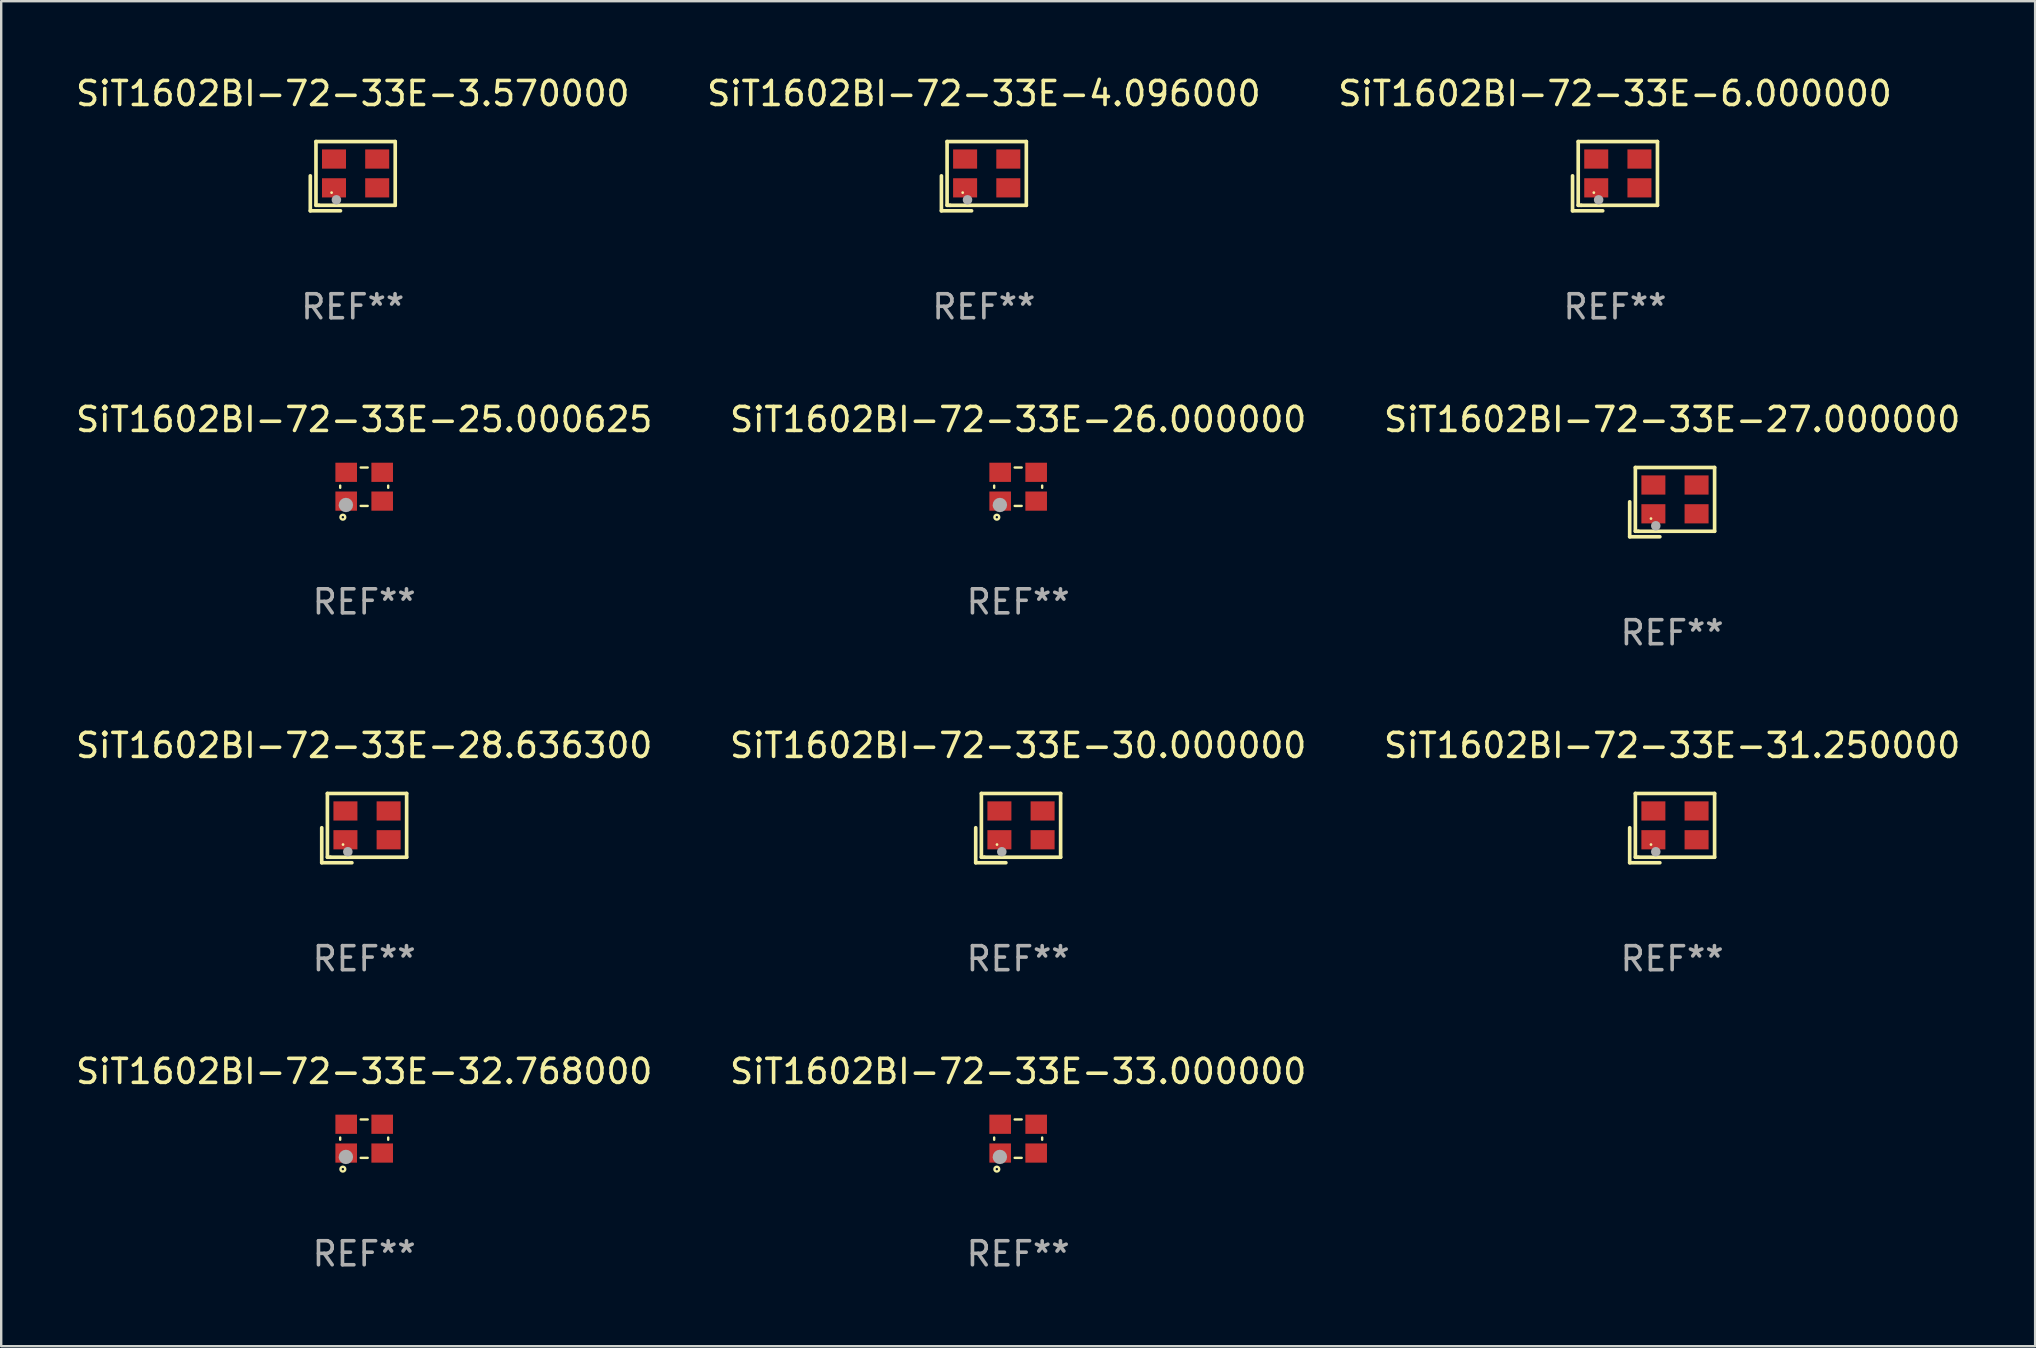
<source format=kicad_pcb>
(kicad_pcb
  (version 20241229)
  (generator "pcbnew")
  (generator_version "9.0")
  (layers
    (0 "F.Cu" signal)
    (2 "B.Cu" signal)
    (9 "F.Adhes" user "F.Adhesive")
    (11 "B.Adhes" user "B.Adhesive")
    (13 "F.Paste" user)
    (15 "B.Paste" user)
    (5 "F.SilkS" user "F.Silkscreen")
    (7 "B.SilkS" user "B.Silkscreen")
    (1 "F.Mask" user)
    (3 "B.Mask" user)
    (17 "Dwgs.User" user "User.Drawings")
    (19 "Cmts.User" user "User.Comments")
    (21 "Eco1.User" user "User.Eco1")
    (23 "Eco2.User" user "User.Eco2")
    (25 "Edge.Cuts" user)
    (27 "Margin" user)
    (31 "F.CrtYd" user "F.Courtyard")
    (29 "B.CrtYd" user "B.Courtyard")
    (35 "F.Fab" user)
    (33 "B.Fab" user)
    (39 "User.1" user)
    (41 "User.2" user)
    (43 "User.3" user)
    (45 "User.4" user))
  (footprint "SiT1602BI-72-33E-25.000625"
    (layer "F.Cu")
    (at 12.125 17.23)
    (property "Reference" "SiT1602BI-72-33E-25.000625" (at 0 -2.8 0) (layer "F.SilkS") (effects (font (size 1 1) (thickness 0.15))))
    (attr through_hole)
    (fp_line (start -1 -0.046) (end -1 0.046) (stroke (width 0.1) (type solid)) (layer "F.SilkS"))
    (fp_line (start -0.146 -0.8) (end 0.146 -0.8) (stroke (width 0.1) (type solid)) (layer "F.SilkS"))
    (fp_line (start -0.146 0.8) (end 0.146 0.8) (stroke (width 0.1) (type solid)) (layer "F.SilkS"))
    (fp_line (start 1 -0.046) (end 1 0.046) (stroke (width 0.1) (type solid)) (layer "F.SilkS"))
    (fp_circle (center -1 0.8) (end -0.97 0.8) (stroke (width 0.06) (type solid)) (fill no) (layer "F.SilkS"))
    (fp_circle (center -0.889 1.27) (end -0.789 1.27) (stroke (width 0.1) (type solid)) (fill no) (layer "F.SilkS"))
    (fp_circle (center -0.762 0.762) (end -0.612 0.762) (stroke (width 0.3) (type solid)) (fill no) (layer "F.Fab"))
    (fp_text user "REF**" (at 0 4.8 0) (layer "F.Fab") (effects (font (size 1 1) (thickness 0.15))))
    (pad "1" smd rect (at -0.75 0.6) (size 0.9 0.8) (layers "F.Cu" "F.Mask" "F.Paste"))
    (pad "2" smd rect (at 0.75 0.6) (size 0.9 0.8) (layers "F.Cu" "F.Mask" "F.Paste"))
    (pad "3" smd rect (at 0.75 -0.6) (size 0.9 0.8) (layers "F.Cu" "F.Mask" "F.Paste"))
    (pad "4" smd rect (at -0.75 -0.6) (size 0.9 0.8) (layers "F.Cu" "F.Mask" "F.Paste")))
  (footprint "SiT1602BI-72-33E-6.000000"
    (layer "F.Cu")
    (at 64.244 4.291)
    (property "Reference" "SiT1602BI-72-33E-6.000000" (at 0 -3.443 0) (layer "F.SilkS") (effects (font (size 1 1) (thickness 0.15))))
    (attr through_hole)
    (fp_line (start -1.769 -0.014) (end -1.769 1.443) (stroke (width 0.152) (type solid)) (layer "F.SilkS"))
    (fp_line (start -1.769 1.443) (end -0.512 1.443) (stroke (width 0.152) (type solid)) (layer "F.SilkS"))
    (fp_line (start -1.533 -1.443) (end 1.769 -1.443) (stroke (width 0.152) (type solid)) (layer "F.SilkS"))
    (fp_line (start -1.533 1.214) (end -1.533 -1.443) (stroke (width 0.152) (type solid)) (layer "F.SilkS"))
    (fp_line (start -1.411 1.214) (end -1.533 1.214) (stroke (width 0.152) (type solid)) (layer "F.SilkS"))
    (fp_line (start 1.769 -1.443) (end 1.769 1.214) (stroke (width 0.152) (type solid)) (layer "F.SilkS"))
    (fp_line (start 1.769 1.214) (end -1.411 1.214) (stroke (width 0.152) (type solid)) (layer "F.SilkS"))
    (fp_circle (center -0.882 0.686) (end -0.852 0.686) (stroke (width 0.06) (type solid)) (fill no) (layer "F.SilkS"))
    (fp_circle (center -0.682 0.986) (end -0.582 0.986) (stroke (width 0.2) (type solid)) (fill no) (layer "F.Fab"))
    (fp_text user "REF**" (at 0 5.443 0) (layer "F.Fab") (effects (font (size 1 1) (thickness 0.15))))
    (pad "1" smd rect (at -0.782 0.486 90) (size 0.8 1) (layers "F.Cu" "F.Mask" "F.Paste"))
    (pad "2" smd rect (at 1.018 0.486 90) (size 0.8 1) (layers "F.Cu" "F.Mask" "F.Paste"))
    (pad "3" smd rect (at 1.018 -0.714 90) (size 0.8 1) (layers "F.Cu" "F.Mask" "F.Paste"))
    (pad "4" smd rect (at -0.782 -0.714 90) (size 0.8 1) (layers "F.Cu" "F.Mask" "F.Paste")))
  (footprint "SiT1602BI-72-33E-3.570000"
    (layer "F.Cu")
    (at 11.649 4.291)
    (property "Reference" "SiT1602BI-72-33E-3.570000" (at 0 -3.443 0) (layer "F.SilkS") (effects (font (size 1 1) (thickness 0.15))))
    (attr through_hole)
    (fp_line (start -1.769 -0.014) (end -1.769 1.443) (stroke (width 0.152) (type solid)) (layer "F.SilkS"))
    (fp_line (start -1.769 1.443) (end -0.512 1.443) (stroke (width 0.152) (type solid)) (layer "F.SilkS"))
    (fp_line (start -1.533 -1.443) (end 1.769 -1.443) (stroke (width 0.152) (type solid)) (layer "F.SilkS"))
    (fp_line (start -1.533 1.214) (end -1.533 -1.443) (stroke (width 0.152) (type solid)) (layer "F.SilkS"))
    (fp_line (start -1.411 1.214) (end -1.533 1.214) (stroke (width 0.152) (type solid)) (layer "F.SilkS"))
    (fp_line (start 1.769 -1.443) (end 1.769 1.214) (stroke (width 0.152) (type solid)) (layer "F.SilkS"))
    (fp_line (start 1.769 1.214) (end -1.411 1.214) (stroke (width 0.152) (type solid)) (layer "F.SilkS"))
    (fp_circle (center -0.882 0.686) (end -0.852 0.686) (stroke (width 0.06) (type solid)) (fill no) (layer "F.SilkS"))
    (fp_circle (center -0.682 0.986) (end -0.582 0.986) (stroke (width 0.2) (type solid)) (fill no) (layer "F.Fab"))
    (fp_text user "REF**" (at 0 5.443 0) (layer "F.Fab") (effects (font (size 1 1) (thickness 0.15))))
    (pad "1" smd rect (at -0.782 0.486 90) (size 0.8 1) (layers "F.Cu" "F.Mask" "F.Paste"))
    (pad "2" smd rect (at 1.018 0.486 90) (size 0.8 1) (layers "F.Cu" "F.Mask" "F.Paste"))
    (pad "3" smd rect (at 1.018 -0.714 90) (size 0.8 1) (layers "F.Cu" "F.Mask" "F.Paste"))
    (pad "4" smd rect (at -0.782 -0.714 90) (size 0.8 1) (layers "F.Cu" "F.Mask" "F.Paste")))
  (footprint "SiT1602BI-72-33E-30.000000"
    (layer "F.Cu")
    (at 39.375 31.455)
    (property "Reference" "SiT1602BI-72-33E-30.000000" (at 0 -3.443 0) (layer "F.SilkS") (effects (font (size 1 1) (thickness 0.15))))
    (attr through_hole)
    (fp_line (start -1.769 -0.014) (end -1.769 1.443) (stroke (width 0.152) (type solid)) (layer "F.SilkS"))
    (fp_line (start -1.769 1.443) (end -0.512 1.443) (stroke (width 0.152) (type solid)) (layer "F.SilkS"))
    (fp_line (start -1.533 -1.443) (end 1.769 -1.443) (stroke (width 0.152) (type solid)) (layer "F.SilkS"))
    (fp_line (start -1.533 1.214) (end -1.533 -1.443) (stroke (width 0.152) (type solid)) (layer "F.SilkS"))
    (fp_line (start -1.411 1.214) (end -1.533 1.214) (stroke (width 0.152) (type solid)) (layer "F.SilkS"))
    (fp_line (start 1.769 -1.443) (end 1.769 1.214) (stroke (width 0.152) (type solid)) (layer "F.SilkS"))
    (fp_line (start 1.769 1.214) (end -1.411 1.214) (stroke (width 0.152) (type solid)) (layer "F.SilkS"))
    (fp_circle (center -0.882 0.686) (end -0.852 0.686) (stroke (width 0.06) (type solid)) (fill no) (layer "F.SilkS"))
    (fp_circle (center -0.682 0.986) (end -0.582 0.986) (stroke (width 0.2) (type solid)) (fill no) (layer "F.Fab"))
    (fp_text user "REF**" (at 0 5.443 0) (layer "F.Fab") (effects (font (size 1 1) (thickness 0.15))))
    (pad "1" smd rect (at -0.782 0.486 90) (size 0.8 1) (layers "F.Cu" "F.Mask" "F.Paste"))
    (pad "2" smd rect (at 1.018 0.486 90) (size 0.8 1) (layers "F.Cu" "F.Mask" "F.Paste"))
    (pad "3" smd rect (at 1.018 -0.714 90) (size 0.8 1) (layers "F.Cu" "F.Mask" "F.Paste"))
    (pad "4" smd rect (at -0.782 -0.714 90) (size 0.8 1) (layers "F.Cu" "F.Mask" "F.Paste")))
  (footprint "SiT1602BI-72-33E-31.250000"
    (layer "F.Cu")
    (at 66.625 31.455)
    (property "Reference" "SiT1602BI-72-33E-31.250000" (at 0 -3.443 0) (layer "F.SilkS") (effects (font (size 1 1) (thickness 0.15))))
    (attr through_hole)
    (fp_line (start -1.769 -0.014) (end -1.769 1.443) (stroke (width 0.152) (type solid)) (layer "F.SilkS"))
    (fp_line (start -1.769 1.443) (end -0.512 1.443) (stroke (width 0.152) (type solid)) (layer "F.SilkS"))
    (fp_line (start -1.533 -1.443) (end 1.769 -1.443) (stroke (width 0.152) (type solid)) (layer "F.SilkS"))
    (fp_line (start -1.533 1.214) (end -1.533 -1.443) (stroke (width 0.152) (type solid)) (layer "F.SilkS"))
    (fp_line (start -1.411 1.214) (end -1.533 1.214) (stroke (width 0.152) (type solid)) (layer "F.SilkS"))
    (fp_line (start 1.769 -1.443) (end 1.769 1.214) (stroke (width 0.152) (type solid)) (layer "F.SilkS"))
    (fp_line (start 1.769 1.214) (end -1.411 1.214) (stroke (width 0.152) (type solid)) (layer "F.SilkS"))
    (fp_circle (center -0.882 0.686) (end -0.852 0.686) (stroke (width 0.06) (type solid)) (fill no) (layer "F.SilkS"))
    (fp_circle (center -0.682 0.986) (end -0.582 0.986) (stroke (width 0.2) (type solid)) (fill no) (layer "F.Fab"))
    (fp_text user "REF**" (at 0 5.443 0) (layer "F.Fab") (effects (font (size 1 1) (thickness 0.15))))
    (pad "1" smd rect (at -0.782 0.486 90) (size 0.8 1) (layers "F.Cu" "F.Mask" "F.Paste"))
    (pad "2" smd rect (at 1.018 0.486 90) (size 0.8 1) (layers "F.Cu" "F.Mask" "F.Paste"))
    (pad "3" smd rect (at 1.018 -0.714 90) (size 0.8 1) (layers "F.Cu" "F.Mask" "F.Paste"))
    (pad "4" smd rect (at -0.782 -0.714 90) (size 0.8 1) (layers "F.Cu" "F.Mask" "F.Paste")))
  (footprint "SiT1602BI-72-33E-32.768000"
    (layer "F.Cu")
    (at 12.125 44.395)
    (property "Reference" "SiT1602BI-72-33E-32.768000" (at 0 -2.8 0) (layer "F.SilkS") (effects (font (size 1 1) (thickness 0.15))))
    (attr through_hole)
    (fp_line (start -1 -0.046) (end -1 0.046) (stroke (width 0.1) (type solid)) (layer "F.SilkS"))
    (fp_line (start -0.146 -0.8) (end 0.146 -0.8) (stroke (width 0.1) (type solid)) (layer "F.SilkS"))
    (fp_line (start -0.146 0.8) (end 0.146 0.8) (stroke (width 0.1) (type solid)) (layer "F.SilkS"))
    (fp_line (start 1 -0.046) (end 1 0.046) (stroke (width 0.1) (type solid)) (layer "F.SilkS"))
    (fp_circle (center -1 0.8) (end -0.97 0.8) (stroke (width 0.06) (type solid)) (fill no) (layer "F.SilkS"))
    (fp_circle (center -0.889 1.27) (end -0.789 1.27) (stroke (width 0.1) (type solid)) (fill no) (layer "F.SilkS"))
    (fp_circle (center -0.762 0.762) (end -0.612 0.762) (stroke (width 0.3) (type solid)) (fill no) (layer "F.Fab"))
    (fp_text user "REF**" (at 0 4.8 0) (layer "F.Fab") (effects (font (size 1 1) (thickness 0.15))))
    (pad "1" smd rect (at -0.75 0.6) (size 0.9 0.8) (layers "F.Cu" "F.Mask" "F.Paste"))
    (pad "2" smd rect (at 0.75 0.6) (size 0.9 0.8) (layers "F.Cu" "F.Mask" "F.Paste"))
    (pad "3" smd rect (at 0.75 -0.6) (size 0.9 0.8) (layers "F.Cu" "F.Mask" "F.Paste"))
    (pad "4" smd rect (at -0.75 -0.6) (size 0.9 0.8) (layers "F.Cu" "F.Mask" "F.Paste")))
  (footprint "SiT1602BI-72-33E-33.000000"
    (layer "F.Cu")
    (at 39.375 44.395)
    (property "Reference" "SiT1602BI-72-33E-33.000000" (at 0 -2.8 0) (layer "F.SilkS") (effects (font (size 1 1) (thickness 0.15))))
    (attr through_hole)
    (fp_line (start -1 -0.046) (end -1 0.046) (stroke (width 0.1) (type solid)) (layer "F.SilkS"))
    (fp_line (start -0.146 -0.8) (end 0.146 -0.8) (stroke (width 0.1) (type solid)) (layer "F.SilkS"))
    (fp_line (start -0.146 0.8) (end 0.146 0.8) (stroke (width 0.1) (type solid)) (layer "F.SilkS"))
    (fp_line (start 1 -0.046) (end 1 0.046) (stroke (width 0.1) (type solid)) (layer "F.SilkS"))
    (fp_circle (center -1 0.8) (end -0.97 0.8) (stroke (width 0.06) (type solid)) (fill no) (layer "F.SilkS"))
    (fp_circle (center -0.889 1.27) (end -0.789 1.27) (stroke (width 0.1) (type solid)) (fill no) (layer "F.SilkS"))
    (fp_circle (center -0.762 0.762) (end -0.612 0.762) (stroke (width 0.3) (type solid)) (fill no) (layer "F.Fab"))
    (fp_text user "REF**" (at 0 4.8 0) (layer "F.Fab") (effects (font (size 1 1) (thickness 0.15))))
    (pad "1" smd rect (at -0.75 0.6) (size 0.9 0.8) (layers "F.Cu" "F.Mask" "F.Paste"))
    (pad "2" smd rect (at 0.75 0.6) (size 0.9 0.8) (layers "F.Cu" "F.Mask" "F.Paste"))
    (pad "3" smd rect (at 0.75 -0.6) (size 0.9 0.8) (layers "F.Cu" "F.Mask" "F.Paste"))
    (pad "4" smd rect (at -0.75 -0.6) (size 0.9 0.8) (layers "F.Cu" "F.Mask" "F.Paste")))
  (footprint "SiT1602BI-72-33E-4.096000"
    (layer "F.Cu")
    (at 37.946 4.291)
    (property "Reference" "SiT1602BI-72-33E-4.096000" (at 0 -3.443 0) (layer "F.SilkS") (effects (font (size 1 1) (thickness 0.15))))
    (attr through_hole)
    (fp_line (start -1.769 -0.014) (end -1.769 1.443) (stroke (width 0.152) (type solid)) (layer "F.SilkS"))
    (fp_line (start -1.769 1.443) (end -0.512 1.443) (stroke (width 0.152) (type solid)) (layer "F.SilkS"))
    (fp_line (start -1.533 -1.443) (end 1.769 -1.443) (stroke (width 0.152) (type solid)) (layer "F.SilkS"))
    (fp_line (start -1.533 1.214) (end -1.533 -1.443) (stroke (width 0.152) (type solid)) (layer "F.SilkS"))
    (fp_line (start -1.411 1.214) (end -1.533 1.214) (stroke (width 0.152) (type solid)) (layer "F.SilkS"))
    (fp_line (start 1.769 -1.443) (end 1.769 1.214) (stroke (width 0.152) (type solid)) (layer "F.SilkS"))
    (fp_line (start 1.769 1.214) (end -1.411 1.214) (stroke (width 0.152) (type solid)) (layer "F.SilkS"))
    (fp_circle (center -0.882 0.686) (end -0.852 0.686) (stroke (width 0.06) (type solid)) (fill no) (layer "F.SilkS"))
    (fp_circle (center -0.682 0.986) (end -0.582 0.986) (stroke (width 0.2) (type solid)) (fill no) (layer "F.Fab"))
    (fp_text user "REF**" (at 0 5.443 0) (layer "F.Fab") (effects (font (size 1 1) (thickness 0.15))))
    (pad "1" smd rect (at -0.782 0.486 90) (size 0.8 1) (layers "F.Cu" "F.Mask" "F.Paste"))
    (pad "2" smd rect (at 1.018 0.486 90) (size 0.8 1) (layers "F.Cu" "F.Mask" "F.Paste"))
    (pad "3" smd rect (at 1.018 -0.714 90) (size 0.8 1) (layers "F.Cu" "F.Mask" "F.Paste"))
    (pad "4" smd rect (at -0.782 -0.714 90) (size 0.8 1) (layers "F.Cu" "F.Mask" "F.Paste")))
  (footprint "SiT1602BI-72-33E-28.636300"
    (layer "F.Cu")
    (at 12.125 31.455)
    (property "Reference" "SiT1602BI-72-33E-28.636300" (at 0 -3.443 0) (layer "F.SilkS") (effects (font (size 1 1) (thickness 0.15))))
    (attr through_hole)
    (fp_line (start -1.769 -0.014) (end -1.769 1.443) (stroke (width 0.152) (type solid)) (layer "F.SilkS"))
    (fp_line (start -1.769 1.443) (end -0.512 1.443) (stroke (width 0.152) (type solid)) (layer "F.SilkS"))
    (fp_line (start -1.533 -1.443) (end 1.769 -1.443) (stroke (width 0.152) (type solid)) (layer "F.SilkS"))
    (fp_line (start -1.533 1.214) (end -1.533 -1.443) (stroke (width 0.152) (type solid)) (layer "F.SilkS"))
    (fp_line (start -1.411 1.214) (end -1.533 1.214) (stroke (width 0.152) (type solid)) (layer "F.SilkS"))
    (fp_line (start 1.769 -1.443) (end 1.769 1.214) (stroke (width 0.152) (type solid)) (layer "F.SilkS"))
    (fp_line (start 1.769 1.214) (end -1.411 1.214) (stroke (width 0.152) (type solid)) (layer "F.SilkS"))
    (fp_circle (center -0.882 0.686) (end -0.852 0.686) (stroke (width 0.06) (type solid)) (fill no) (layer "F.SilkS"))
    (fp_circle (center -0.682 0.986) (end -0.582 0.986) (stroke (width 0.2) (type solid)) (fill no) (layer "F.Fab"))
    (fp_text user "REF**" (at 0 5.443 0) (layer "F.Fab") (effects (font (size 1 1) (thickness 0.15))))
    (pad "1" smd rect (at -0.782 0.486 90) (size 0.8 1) (layers "F.Cu" "F.Mask" "F.Paste"))
    (pad "2" smd rect (at 1.018 0.486 90) (size 0.8 1) (layers "F.Cu" "F.Mask" "F.Paste"))
    (pad "3" smd rect (at 1.018 -0.714 90) (size 0.8 1) (layers "F.Cu" "F.Mask" "F.Paste"))
    (pad "4" smd rect (at -0.782 -0.714 90) (size 0.8 1) (layers "F.Cu" "F.Mask" "F.Paste")))
  (footprint "SiT1602BI-72-33E-27.000000"
    (layer "F.Cu")
    (at 66.625 17.873)
    (property "Reference" "SiT1602BI-72-33E-27.000000" (at 0 -3.443 0) (layer "F.SilkS") (effects (font (size 1 1) (thickness 0.15))))
    (attr through_hole)
    (fp_line (start -1.769 -0.014) (end -1.769 1.443) (stroke (width 0.152) (type solid)) (layer "F.SilkS"))
    (fp_line (start -1.769 1.443) (end -0.512 1.443) (stroke (width 0.152) (type solid)) (layer "F.SilkS"))
    (fp_line (start -1.533 -1.443) (end 1.769 -1.443) (stroke (width 0.152) (type solid)) (layer "F.SilkS"))
    (fp_line (start -1.533 1.214) (end -1.533 -1.443) (stroke (width 0.152) (type solid)) (layer "F.SilkS"))
    (fp_line (start -1.411 1.214) (end -1.533 1.214) (stroke (width 0.152) (type solid)) (layer "F.SilkS"))
    (fp_line (start 1.769 -1.443) (end 1.769 1.214) (stroke (width 0.152) (type solid)) (layer "F.SilkS"))
    (fp_line (start 1.769 1.214) (end -1.411 1.214) (stroke (width 0.152) (type solid)) (layer "F.SilkS"))
    (fp_circle (center -0.882 0.686) (end -0.852 0.686) (stroke (width 0.06) (type solid)) (fill no) (layer "F.SilkS"))
    (fp_circle (center -0.682 0.986) (end -0.582 0.986) (stroke (width 0.2) (type solid)) (fill no) (layer "F.Fab"))
    (fp_text user "REF**" (at 0 5.443 0) (layer "F.Fab") (effects (font (size 1 1) (thickness 0.15))))
    (pad "1" smd rect (at -0.782 0.486 90) (size 0.8 1) (layers "F.Cu" "F.Mask" "F.Paste"))
    (pad "2" smd rect (at 1.018 0.486 90) (size 0.8 1) (layers "F.Cu" "F.Mask" "F.Paste"))
    (pad "3" smd rect (at 1.018 -0.714 90) (size 0.8 1) (layers "F.Cu" "F.Mask" "F.Paste"))
    (pad "4" smd rect (at -0.782 -0.714 90) (size 0.8 1) (layers "F.Cu" "F.Mask" "F.Paste")))
  (footprint "SiT1602BI-72-33E-26.000000"
    (layer "F.Cu")
    (at 39.375 17.23)
    (property "Reference" "SiT1602BI-72-33E-26.000000" (at 0 -2.8 0) (layer "F.SilkS") (effects (font (size 1 1) (thickness 0.15))))
    (attr through_hole)
    (fp_line (start -1 -0.046) (end -1 0.046) (stroke (width 0.1) (type solid)) (layer "F.SilkS"))
    (fp_line (start -0.146 -0.8) (end 0.146 -0.8) (stroke (width 0.1) (type solid)) (layer "F.SilkS"))
    (fp_line (start -0.146 0.8) (end 0.146 0.8) (stroke (width 0.1) (type solid)) (layer "F.SilkS"))
    (fp_line (start 1 -0.046) (end 1 0.046) (stroke (width 0.1) (type solid)) (layer "F.SilkS"))
    (fp_circle (center -1 0.8) (end -0.97 0.8) (stroke (width 0.06) (type solid)) (fill no) (layer "F.SilkS"))
    (fp_circle (center -0.889 1.27) (end -0.789 1.27) (stroke (width 0.1) (type solid)) (fill no) (layer "F.SilkS"))
    (fp_circle (center -0.762 0.762) (end -0.612 0.762) (stroke (width 0.3) (type solid)) (fill no) (layer "F.Fab"))
    (fp_text user "REF**" (at 0 4.8 0) (layer "F.Fab") (effects (font (size 1 1) (thickness 0.15))))
    (pad "1" smd rect (at -0.75 0.6) (size 0.9 0.8) (layers "F.Cu" "F.Mask" "F.Paste"))
    (pad "2" smd rect (at 0.75 0.6) (size 0.9 0.8) (layers "F.Cu" "F.Mask" "F.Paste"))
    (pad "3" smd rect (at 0.75 -0.6) (size 0.9 0.8) (layers "F.Cu" "F.Mask" "F.Paste"))
    (pad "4" smd rect (at -0.75 -0.6) (size 0.9 0.8) (layers "F.Cu" "F.Mask" "F.Paste")))
  (gr_rect
    (start -3 -3)
    (end 81.75 53.043)
    (stroke (width 0.1) (type default))
    (fill no)
    (layer "Edge.Cuts")))
</source>
